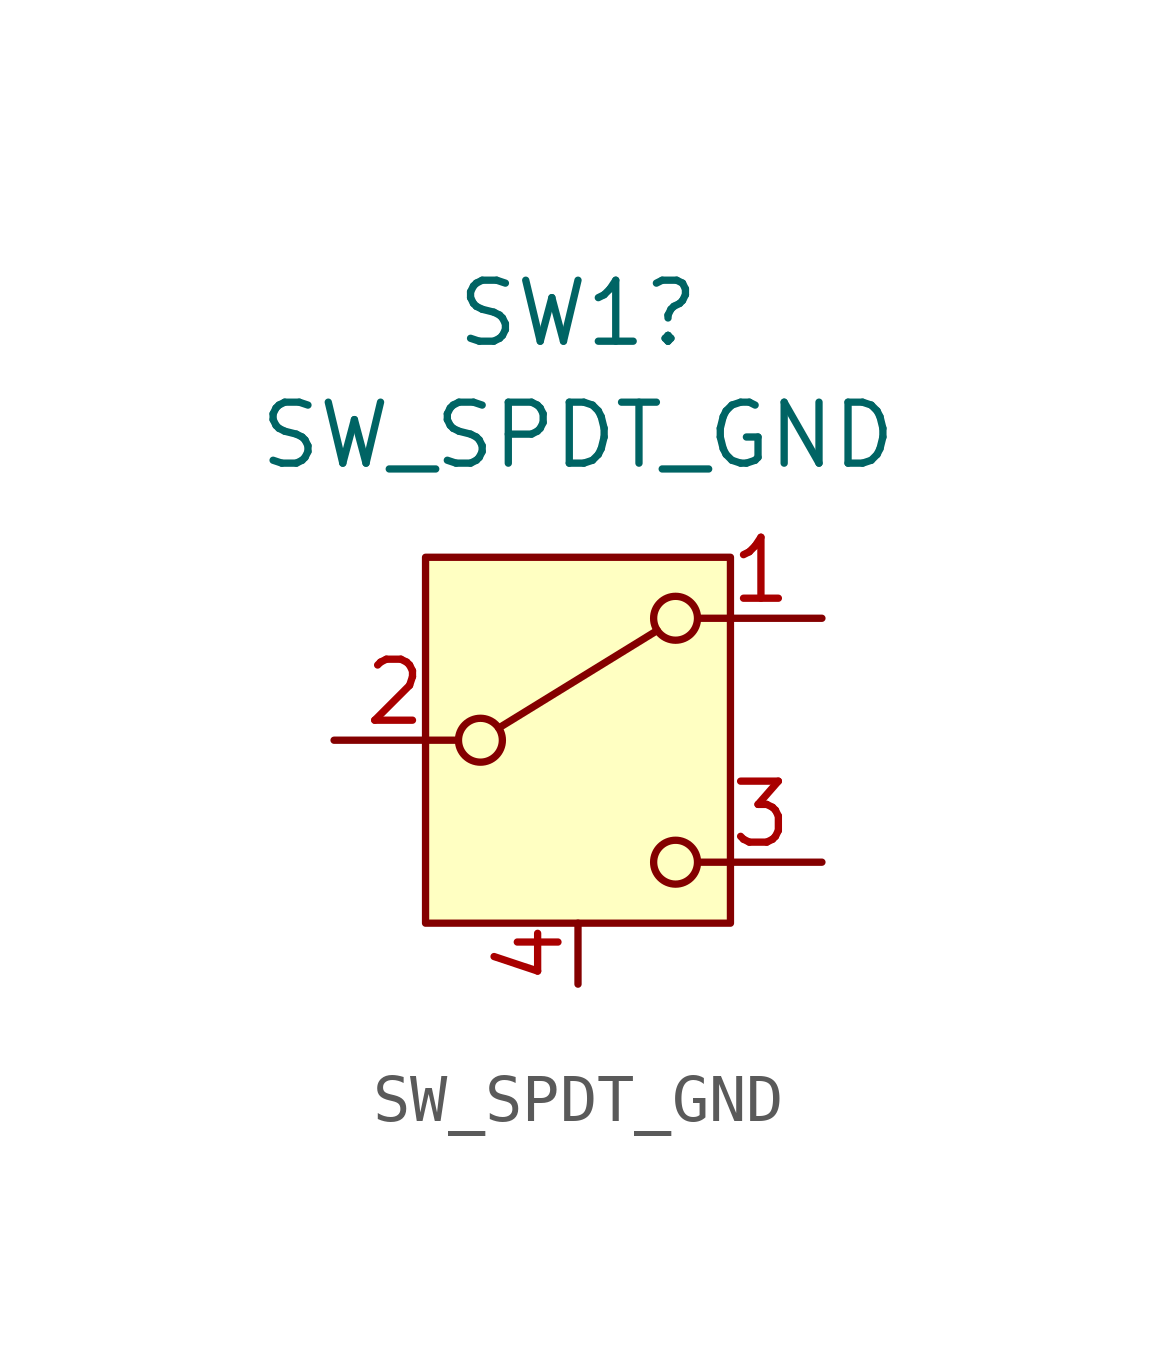
<source format=kicad_sym>
(kicad_symbol_lib
  (version 20231120)
  (generator "kicad_symbol_editor")
  (generator_version "8.0")
  (symbol "SW_SPDT_GND"
    (pin_names
      (offset 0) hide)
    (property "Reference" "SW1"
      (at 0 8.89 0)
      (effects (font (size 1.27 1.27))))
    (property "Value" "SW_SPDT_GND"
      (at 0 6.35 0)
      (effects (font (size 1.27 1.27))))
    (symbol "SW_SPDT_GND_0_1"
      (circle (center -2.032 0) (radius 0.457) (stroke (width 0) (type default)) (fill (type none)))
      (polyline (pts (xy -1.651 0.254) (xy 1.651 2.286)) (stroke (width 0) (type default)) (fill (type none)))
      (circle (center 2.032 -2.54) (radius 0.457) (stroke (width 0) (type default)) (fill (type none)))
      (circle (center 2.032 2.54) (radius 0.457) (stroke (width 0) (type default)) (fill (type none))))
    (symbol "SW_SPDT_GND_1_1"
      (rectangle (start -3.175 3.81) (end 3.175 -3.81) (stroke (width 0) (type default)) (fill (type background)))
      (pin passive line (at 5.08 2.54 180) (length 2.54) (name "A" (effects (font (size 1.27 1.27)))) (number "1" (effects (font (size 1.27 1.27)))))
      (pin passive line (at -5.08 0 0) (length 2.54) (name "B" (effects (font (size 1.27 1.27)))) (number "2" (effects (font (size 1.27 1.27)))))
      (pin passive line (at 5.08 -2.54 180) (length 2.54) (name "C" (effects (font (size 1.27 1.27)))) (number "3" (effects (font (size 1.27 1.27)))))
      (pin passive line (at 0 -3.81 270) (length 1.27) (name "Frame" (effects (font (size 1.27 1.27)))) (number "4" (effects (font (size 1.27 1.27))))))))
</source>
